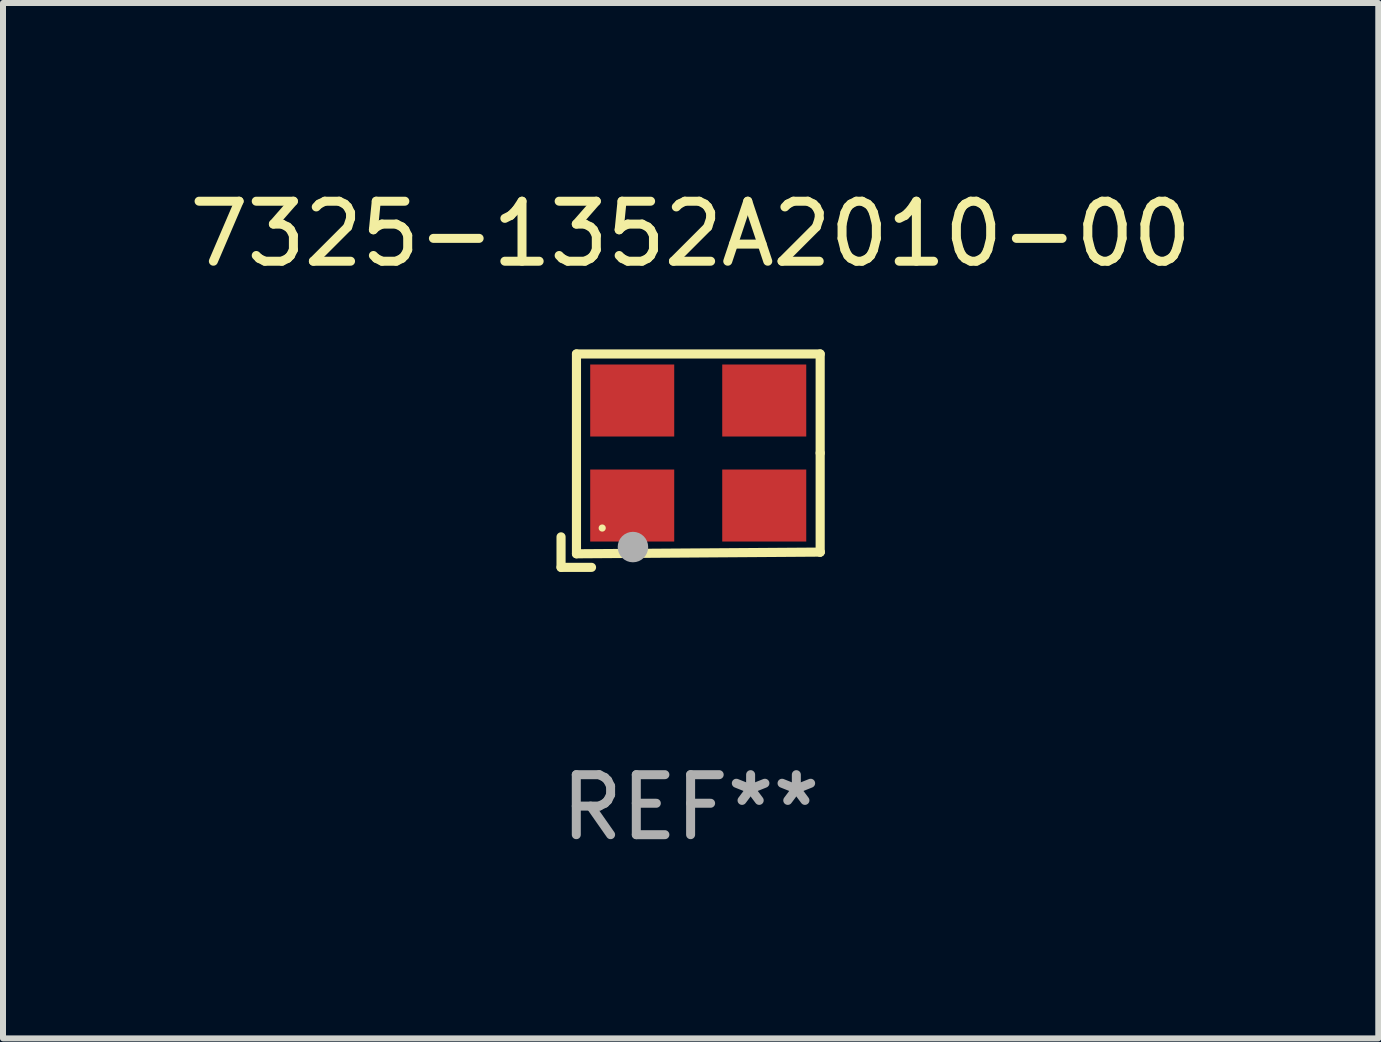
<source format=kicad_pcb>
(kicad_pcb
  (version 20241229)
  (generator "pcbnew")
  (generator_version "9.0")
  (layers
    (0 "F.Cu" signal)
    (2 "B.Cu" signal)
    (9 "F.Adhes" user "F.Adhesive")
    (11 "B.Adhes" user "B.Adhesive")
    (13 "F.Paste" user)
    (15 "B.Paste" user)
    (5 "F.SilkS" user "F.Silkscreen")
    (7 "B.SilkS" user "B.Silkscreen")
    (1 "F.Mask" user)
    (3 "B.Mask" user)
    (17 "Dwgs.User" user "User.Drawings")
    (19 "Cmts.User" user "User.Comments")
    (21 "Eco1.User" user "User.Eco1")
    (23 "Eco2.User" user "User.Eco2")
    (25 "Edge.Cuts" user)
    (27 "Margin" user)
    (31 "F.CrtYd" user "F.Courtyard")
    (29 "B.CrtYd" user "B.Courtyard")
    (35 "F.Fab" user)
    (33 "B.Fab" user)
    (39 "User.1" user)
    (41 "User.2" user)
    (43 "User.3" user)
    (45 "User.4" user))
  (footprint "7325-1352A2010-00"
    (layer "F.Cu")
    (at 8.458 4.626)
    (property "Reference" "7325-1352A2010-00" (at 0 -3.778 0) (layer "F.SilkS") (effects (font (size 1 1) (thickness 0.15))))
    (attr through_hole)
    (fp_line (start -2.159 1.27) (end -2.159 1.778) (stroke (width 0.152) (type solid)) (layer "F.SilkS"))
    (fp_line (start -2.159 1.778) (end -1.651 1.778) (stroke (width 0.152) (type solid)) (layer "F.SilkS"))
    (fp_line (start -1.902 -1.778) (end 2.159 -1.778) (stroke (width 0.152) (type solid)) (layer "F.SilkS"))
    (fp_line (start -1.902 1.552) (end -1.902 -1.778) (stroke (width 0.152) (type solid)) (layer "F.SilkS"))
    (fp_line (start 2.159 -1.778) (end 2.159 -0.127) (stroke (width 0.152) (type solid)) (layer "F.SilkS"))
    (fp_line (start 2.159 -0.127) (end 2.159 1.524) (stroke (width 0.152) (type solid)) (layer "F.SilkS"))
    (fp_line (start 2.159 1.524) (end -1.902 1.552) (stroke (width 0.152) (type solid)) (layer "F.SilkS"))
    (fp_line (start 2.159 1.524) (end 2.159 1.524) (stroke (width 0.152) (type solid)) (layer "F.SilkS"))
    (fp_circle (center -1.473 1.123) (end -1.443 1.123) (stroke (width 0.06) (type solid)) (fill no) (layer "F.SilkS"))
    (fp_circle (center -0.961 1.44) (end -0.834 1.44) (stroke (width 0.254) (type solid)) (fill no) (layer "F.Fab"))
    (fp_text user "REF**" (at 0 5.778 0) (layer "F.Fab") (effects (font (size 1 1) (thickness 0.15))))
    (pad "1" smd rect (at -0.973 0.748) (size 1.4 1.2) (layers "F.Cu" "F.Mask" "F.Paste"))
    (pad "2" smd rect (at 1.227 0.748) (size 1.4 1.2) (layers "F.Cu" "F.Mask" "F.Paste"))
    (pad "3" smd rect (at 1.227 -1.002) (size 1.4 1.2) (layers "F.Cu" "F.Mask" "F.Paste"))
    (pad "4" smd rect (at -0.973 -1.002) (size 1.4 1.2) (layers "F.Cu" "F.Mask" "F.Paste")))
  (gr_rect
    (start -3 -3)
    (end 19.917 14.253)
    (stroke (width 0.1) (type default))
    (fill no)
    (layer "Edge.Cuts")))
</source>
